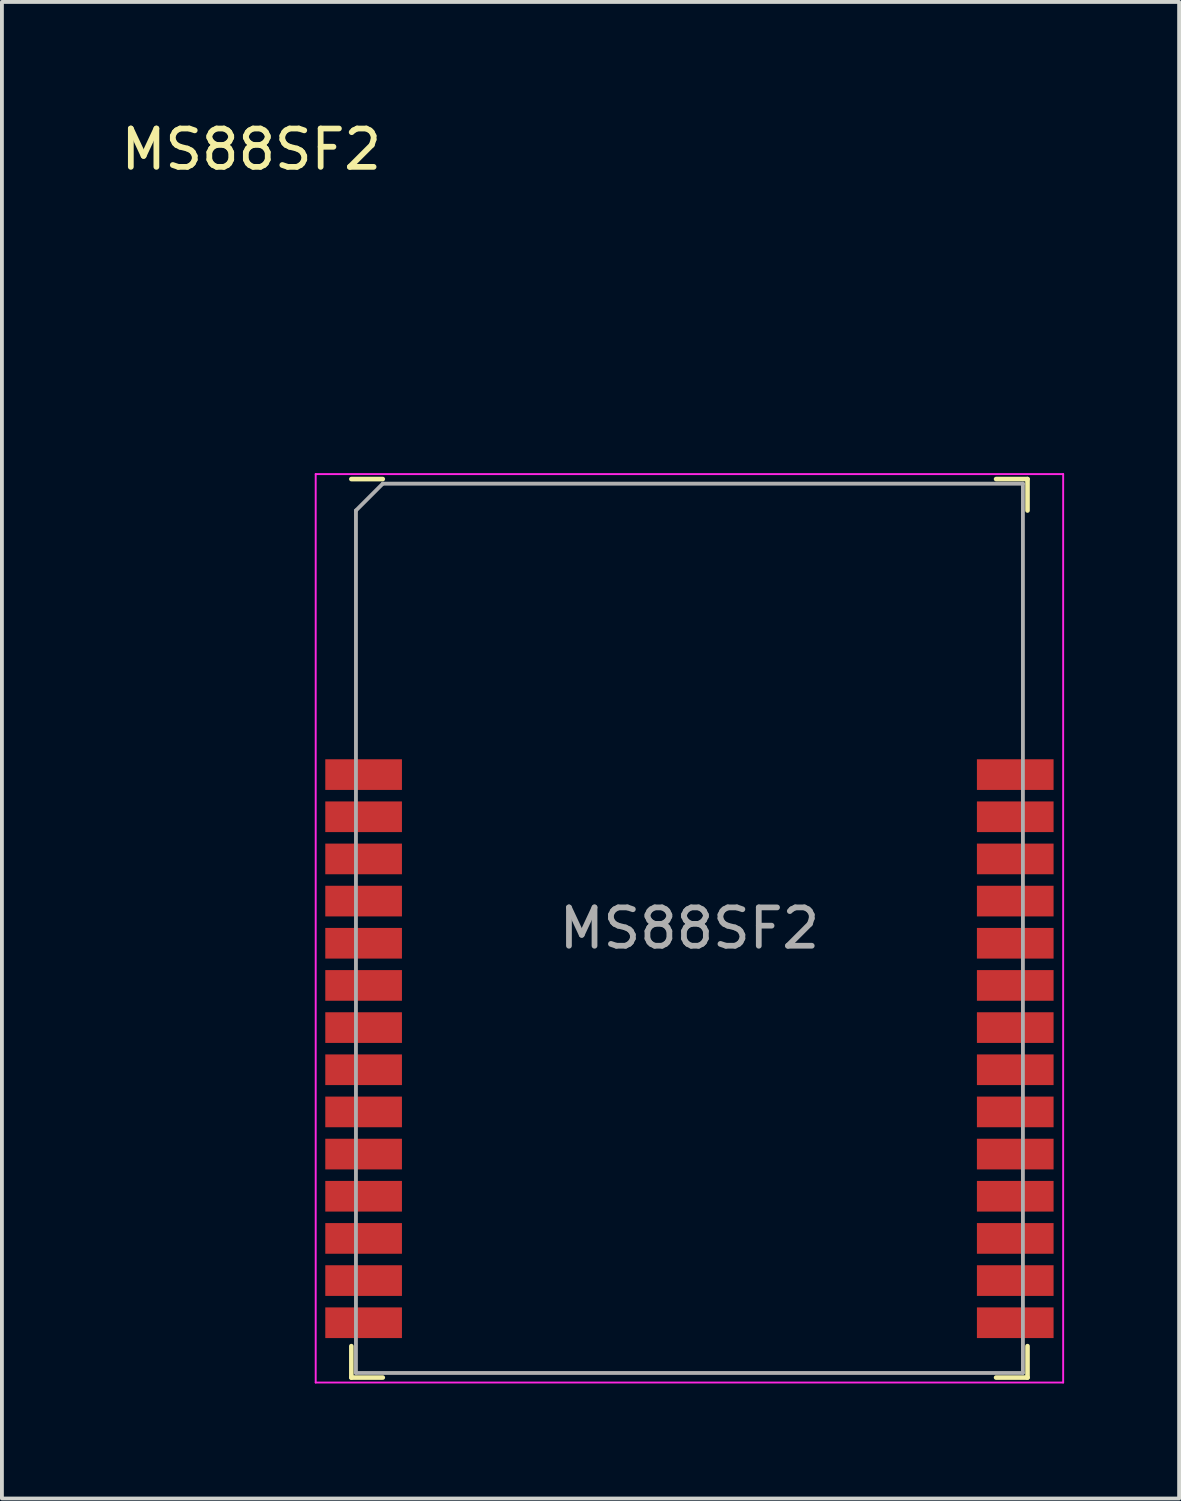
<source format=kicad_pcb>
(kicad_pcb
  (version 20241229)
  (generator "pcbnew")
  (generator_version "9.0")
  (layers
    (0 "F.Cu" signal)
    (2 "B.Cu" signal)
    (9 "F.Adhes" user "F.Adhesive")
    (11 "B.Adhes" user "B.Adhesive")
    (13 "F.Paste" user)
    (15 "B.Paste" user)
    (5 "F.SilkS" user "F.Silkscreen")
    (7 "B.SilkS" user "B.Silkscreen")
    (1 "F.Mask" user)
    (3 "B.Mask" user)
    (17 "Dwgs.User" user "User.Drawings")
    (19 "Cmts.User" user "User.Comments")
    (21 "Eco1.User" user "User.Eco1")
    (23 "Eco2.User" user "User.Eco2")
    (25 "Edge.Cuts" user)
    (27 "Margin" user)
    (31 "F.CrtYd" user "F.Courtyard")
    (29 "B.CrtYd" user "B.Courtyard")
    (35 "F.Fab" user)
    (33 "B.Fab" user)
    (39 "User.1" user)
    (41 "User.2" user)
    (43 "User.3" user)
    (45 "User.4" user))
  (footprint "MS88SF2"
    (layer "F.Cu")
    (at 14.936 21.168)
    (property "Reference" "MS88SF2" (at -11.43 -20.32 0) (layer "F.SilkS") (effects (font (size 1 1) (thickness 0.15))))
    (attr smd)
    (fp_line (start -8.82 -11.72) (end -8 -11.72) (stroke (width 0.12) (type solid)) (layer "F.SilkS"))
    (fp_line (start -8.82 10.9) (end -8.82 11.72) (stroke (width 0.12) (type solid)) (layer "F.SilkS"))
    (fp_line (start -8 11.72) (end -8.82 11.72) (stroke (width 0.12) (type solid)) (layer "F.SilkS"))
    (fp_line (start 8 11.72) (end 8.82 11.72) (stroke (width 0.12) (type solid)) (layer "F.SilkS"))
    (fp_line (start 8.82 -11.72) (end 8 -11.72) (stroke (width 0.12) (type solid)) (layer "F.SilkS"))
    (fp_line (start 8.82 -10.9) (end 8.82 -11.72) (stroke (width 0.12) (type solid)) (layer "F.SilkS"))
    (fp_line (start 8.82 10.9) (end 8.82 11.72) (stroke (width 0.12) (type solid)) (layer "F.SilkS"))
    (fp_line (start -9.75 -11.85) (end -9.75 11.85) (stroke (width 0.05) (type solid)) (layer "F.CrtYd"))
    (fp_line (start 9.75 -11.85) (end -9.75 -11.85) (stroke (width 0.05) (type solid)) (layer "F.CrtYd"))
    (fp_line (start 9.75 -11.85) (end 9.75 11.85) (stroke (width 0.05) (type solid)) (layer "F.CrtYd"))
    (fp_line (start 9.75 11.85) (end -9.75 11.85) (stroke (width 0.05) (type solid)) (layer "F.CrtYd"))
    (fp_line (start -8.7 -10.9) (end -8.7 11.6) (stroke (width 0.1) (type solid)) (layer "F.Fab"))
    (fp_line (start -8.7 -10.9) (end -8 -11.6) (stroke (width 0.1) (type solid)) (layer "F.Fab"))
    (fp_line (start -8.7 11.6) (end 8.7 11.6) (stroke (width 0.1) (type solid)) (layer "F.Fab"))
    (fp_line (start -8 -11.6) (end 8.7 -11.6) (stroke (width 0.1) (type solid)) (layer "F.Fab"))
    (fp_line (start 8.7 -11.6) (end 8.7 11.6) (stroke (width 0.1) (type solid)) (layer "F.Fab"))
    (fp_text user "${REFERENCE}" (at 0 0 0) (layer "F.Fab") (effects (font (size 1 1) (thickness 0.15))))
    (pad "1" smd rect (at -8.5 -4.01) (size 2 0.8) (layers "F.Cu" "F.Mask" "F.Paste"))
    (pad "2" smd rect (at -8.5 -2.91) (size 2 0.8) (layers "F.Cu" "F.Mask" "F.Paste"))
    (pad "3" smd rect (at -8.5 -1.81) (size 2 0.8) (layers "F.Cu" "F.Mask" "F.Paste"))
    (pad "4" smd rect (at -8.5 -0.71) (size 2 0.8) (layers "F.Cu" "F.Mask" "F.Paste"))
    (pad "5" smd rect (at -8.5 0.39) (size 2 0.8) (layers "F.Cu" "F.Mask" "F.Paste"))
    (pad "6" smd rect (at -8.5 1.49) (size 2 0.8) (layers "F.Cu" "F.Mask" "F.Paste"))
    (pad "7" smd rect (at -8.5 2.59) (size 2 0.8) (layers "F.Cu" "F.Mask" "F.Paste"))
    (pad "8" smd rect (at -8.5 3.69) (size 2 0.8) (layers "F.Cu" "F.Mask" "F.Paste"))
    (pad "9" smd rect (at -8.5 4.79) (size 2 0.8) (layers "F.Cu" "F.Mask" "F.Paste"))
    (pad "10" smd rect (at -8.5 5.89) (size 2 0.8) (layers "F.Cu" "F.Mask" "F.Paste"))
    (pad "11" smd rect (at -8.5 6.99) (size 2 0.8) (layers "F.Cu" "F.Mask" "F.Paste"))
    (pad "12" smd rect (at -8.5 8.09) (size 2 0.8) (layers "F.Cu" "F.Mask" "F.Paste"))
    (pad "13" smd rect (at -8.5 9.19) (size 2 0.8) (layers "F.Cu" "F.Mask" "F.Paste"))
    (pad "14" smd rect (at -8.5 10.29) (size 2 0.8) (layers "F.Cu" "F.Mask" "F.Paste"))
    (pad "14" smd rect (at 8.5 10.29) (size 2 0.8) (layers "F.Cu" "F.Mask" "F.Paste"))
    (pad "15" smd rect (at 8.5 9.19) (size 2 0.8) (layers "F.Cu" "F.Mask" "F.Paste"))
    (pad "16" smd rect (at 8.5 8.09) (size 2 0.8) (layers "F.Cu" "F.Mask" "F.Paste"))
    (pad "17" smd rect (at 8.5 6.99) (size 2 0.8) (layers "F.Cu" "F.Mask" "F.Paste"))
    (pad "18" smd rect (at 8.5 5.89) (size 2 0.8) (layers "F.Cu" "F.Mask" "F.Paste"))
    (pad "19" smd rect (at 8.5 4.79) (size 2 0.8) (layers "F.Cu" "F.Mask" "F.Paste"))
    (pad "20" smd rect (at 8.5 3.69) (size 2 0.8) (layers "F.Cu" "F.Mask" "F.Paste"))
    (pad "21" smd rect (at 8.5 2.59) (size 2 0.8) (layers "F.Cu" "F.Mask" "F.Paste"))
    (pad "22" smd rect (at 8.5 1.49) (size 2 0.8) (layers "F.Cu" "F.Mask" "F.Paste"))
    (pad "23" smd rect (at 8.5 0.39) (size 2 0.8) (layers "F.Cu" "F.Mask" "F.Paste"))
    (pad "24" smd rect (at 8.5 -0.71) (size 2 0.8) (layers "F.Cu" "F.Mask" "F.Paste"))
    (pad "25" smd rect (at 8.5 -1.81) (size 2 0.8) (layers "F.Cu" "F.Mask" "F.Paste"))
    (pad "26" smd rect (at 8.5 -2.91) (size 2 0.8) (layers "F.Cu" "F.Mask" "F.Paste"))
    (pad "27" smd rect (at 8.5 -4.01) (size 2 0.8) (layers "F.Cu" "F.Mask" "F.Paste")))
  (gr_rect
    (start -3 -3)
    (end 27.711 36.043)
    (stroke (width 0.1) (type default))
    (fill no)
    (layer "Edge.Cuts")))
</source>
